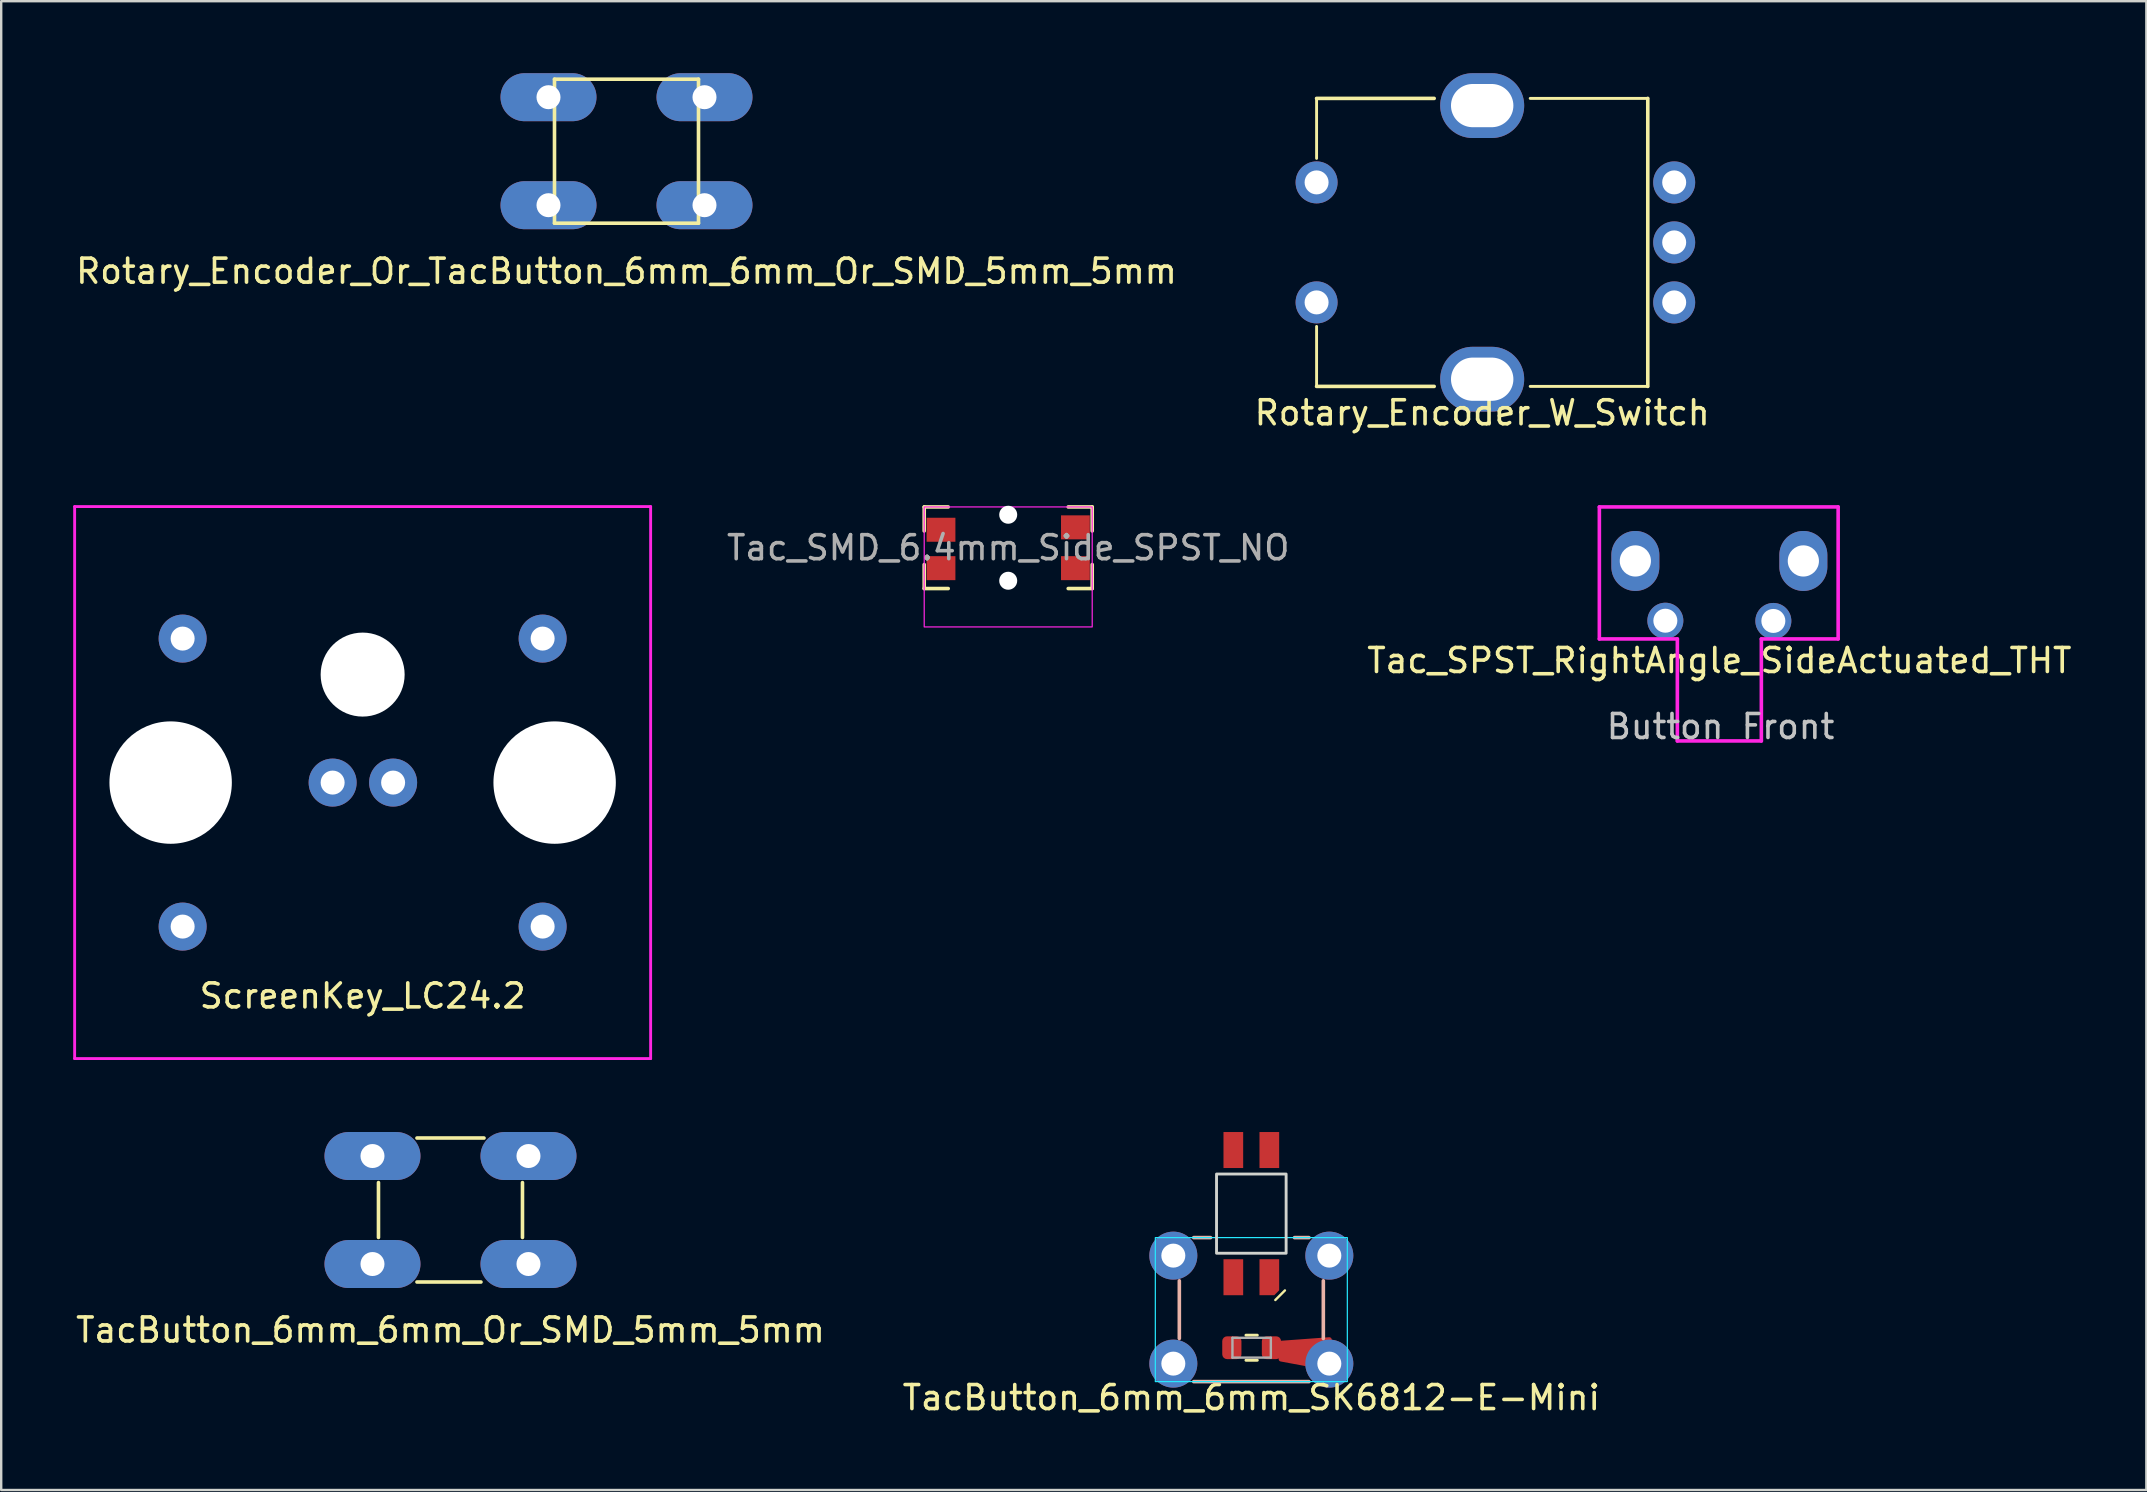
<source format=kicad_pcb>
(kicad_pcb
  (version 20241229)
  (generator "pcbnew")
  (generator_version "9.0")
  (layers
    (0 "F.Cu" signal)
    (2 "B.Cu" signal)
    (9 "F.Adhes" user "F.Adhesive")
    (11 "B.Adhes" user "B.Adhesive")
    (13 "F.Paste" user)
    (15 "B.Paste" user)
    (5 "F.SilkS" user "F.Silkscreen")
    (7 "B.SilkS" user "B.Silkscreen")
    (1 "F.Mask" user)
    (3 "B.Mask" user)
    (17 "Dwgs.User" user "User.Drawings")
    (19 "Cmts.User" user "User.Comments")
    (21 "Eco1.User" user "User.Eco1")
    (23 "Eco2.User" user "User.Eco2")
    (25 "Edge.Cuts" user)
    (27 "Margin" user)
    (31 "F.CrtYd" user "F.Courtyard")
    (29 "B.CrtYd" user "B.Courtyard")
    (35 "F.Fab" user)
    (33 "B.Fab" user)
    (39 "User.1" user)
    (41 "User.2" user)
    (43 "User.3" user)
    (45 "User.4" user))
  (footprint "TacButton_6mm_6mm_Or_SMD_5mm_5mm"
    (layer "F.Cu")
    (at 15.72 47.368)
    (property "Reference" "TacButton_6mm_6mm_Or_SMD_5mm_5mm" (at 0 5 0) (layer "F.SilkS") (effects (font (size 1 1) (thickness 0.15))))
    (attr through_hole)
    (fp_line (start -3 1.143) (end -3 -1.143) (stroke (width 0.15) (type solid)) (layer "F.SilkS"))
    (fp_line (start -1.397 -3) (end 1.397 -3) (stroke (width 0.15) (type solid)) (layer "F.SilkS"))
    (fp_line (start 1.27 3) (end -1.397 3) (stroke (width 0.15) (type solid)) (layer "F.SilkS"))
    (fp_line (start 3 -1.143) (end 3 1.143) (stroke (width 0.15) (type solid)) (layer "F.SilkS"))
    (pad "1" thru_hole oval (at -3.25 -2.25) (size 4 2) (drill 1) (layers "*.Cu" "*.Mask"))
    (pad "1" thru_hole oval (at 3.25 -2.25) (size 4 2) (drill 1) (layers "*.Cu" "*.Mask"))
    (pad "2" thru_hole oval (at -3.25 2.25) (size 4 2) (drill 1) (layers "*.Cu" "*.Mask"))
    (pad "2" thru_hole oval (at 3.25 2.25) (size 4 2) (drill 1) (layers "*.Cu" "*.Mask")))
  (footprint "Rotary_Encoder_Or_TacButton_6mm_6mm_Or_SMD_5mm_5mm"
    (layer "F.Cu")
    (at 23.054 3.25)
    (property "Reference" "Rotary_Encoder_Or_TacButton_6mm_6mm_Or_SMD_5mm_5mm" (at 0 5 0) (layer "F.SilkS") (effects (font (size 1 1) (thickness 0.15))))
    (attr through_hole)
    (fp_line (start -3 -3) (end 3 -3) (stroke (width 0.15) (type solid)) (layer "F.SilkS"))
    (fp_line (start -3 3) (end -3 -3) (stroke (width 0.15) (type solid)) (layer "F.SilkS"))
    (fp_line (start 3 -3) (end 3 3) (stroke (width 0.15) (type solid)) (layer "F.SilkS"))
    (fp_line (start 3 3) (end -3 3) (stroke (width 0.15) (type solid)) (layer "F.SilkS"))
    (pad "1" thru_hole oval (at -3.25 -2.25) (size 4 2) (drill 1) (layers "*.Cu" "*.Mask"))
    (pad "2" thru_hole oval (at -3.25 2.25) (size 4 2) (drill 1) (layers "*.Cu" "*.Mask"))
    (pad "3" thru_hole oval (at 3.25 2.25) (size 4 2) (drill 1) (layers "*.Cu" "*.Mask"))
    (pad "4" thru_hole oval (at 3.25 -2.25) (size 4 2) (drill 1) (layers "*.Cu" "*.Mask")))
  (footprint "Tac_SPST_RightAngle_SideActuated_THT"
    (layer "F.Cu")
    (at 68.59 21.573)
    (property "Reference" "Tac_SPST_RightAngle_SideActuated_THT" (at 0 2.9 0) (layer "F.SilkS") (effects (font (size 1 1) (thickness 0.15))))
    (attr through_hole)
    (fp_line (start -5 -3.5) (end 4.95 -3.5) (stroke (width 0.15) (type solid)) (layer "F.CrtYd"))
    (fp_line (start -5 2) (end -5 -3.5) (stroke (width 0.15) (type solid)) (layer "F.CrtYd"))
    (fp_line (start -1.75 2) (end -5 2) (stroke (width 0.15) (type solid)) (layer "F.CrtYd"))
    (fp_line (start -1.75 6.25) (end -1.75 2) (stroke (width 0.15) (type solid)) (layer "F.CrtYd"))
    (fp_line (start -1.75 6.25) (end 1.75 6.25) (stroke (width 0.15) (type solid)) (layer "F.CrtYd"))
    (fp_line (start 1.75 6.25) (end 1.75 2) (stroke (width 0.15) (type solid)) (layer "F.CrtYd"))
    (fp_line (start 4.95 -3.5) (end 4.95 2) (stroke (width 0.15) (type solid)) (layer "F.CrtYd"))
    (fp_line (start 4.95 2) (end 1.75 2) (stroke (width 0.15) (type solid)) (layer "F.CrtYd"))
    (fp_text user "Button Front" (at 0.05 5.65 0) (layer "Dwgs.User") (effects (font (size 1 1) (thickness 0.15))))
    (pad "" thru_hole oval (at -3.5 -1.25) (size 2 2.5) (drill 1.3) (layers "*.Cu" "*.Mask"))
    (pad "" thru_hole oval (at 3.5 -1.25) (size 2 2.5) (drill 1.3) (layers "*.Cu" "*.Mask"))
    (pad "1" thru_hole oval (at -2.25 1.24) (size 1.5 1.5) (drill 1) (layers "*.Cu" "*.Mask"))
    (pad "2" thru_hole oval (at 2.25 1.25) (size 1.5 1.5) (drill 1) (layers "*.Cu" "*.Mask")))
  (footprint "ScreenKey_LC24.2"
    (layer "F.Cu")
    (at 12.06 29.558)
    (property "Reference" "ScreenKey_LC24.2" (at 0 8.89 0) (layer "F.SilkS") (effects (font (size 1 1) (thickness 0.15))))
    (attr through_hole)
    (fp_line (start -12 -11.5) (end 12 -11.5) (stroke (width 0.12) (type solid)) (layer "F.CrtYd"))
    (fp_line (start -12 11.5) (end -12 -11.5) (stroke (width 0.12) (type solid)) (layer "F.CrtYd"))
    (fp_line (start 12 -11.5) (end 12 11.5) (stroke (width 0.12) (type solid)) (layer "F.CrtYd"))
    (fp_line (start 12 11.5) (end -12 11.5) (stroke (width 0.12) (type solid)) (layer "F.CrtYd"))
    (pad "" np_thru_hole circle (at -8 0) (size 5.1 5.1) (drill 5.1) (layers "*.Cu" "*.Mask"))
    (pad "" np_thru_hole circle (at 0 -4.5) (size 3.5 3.5) (drill 3.5) (layers "*.Cu" "*.Mask"))
    (pad "" np_thru_hole circle (at 8 0) (size 5.1 5.1) (drill 5.1) (layers "*.Cu" "*.Mask"))
    (pad "1" thru_hole circle (at 7.5 -6) (size 2 2) (drill 1) (layers "*.Cu" "*.Mask"))
    (pad "2" thru_hole circle (at 7.5 6) (size 2 2) (drill 1) (layers "*.Cu" "*.Mask"))
    (pad "3" thru_hole circle (at -7.5 -6) (size 2 2) (drill 1) (layers "*.Cu" "*.Mask"))
    (pad "4" thru_hole circle (at -7.5 6) (size 2 2) (drill 1) (layers "*.Cu" "*.Mask"))
    (pad "5" thru_hole circle (at 1.27 0) (size 2 2) (drill 1) (layers "*.Cu" "*.Mask"))
    (pad "6" thru_hole circle (at -1.25 0) (size 2 2) (drill 1) (layers "*.Cu" "*.Mask")))
  (footprint "TacButton_6mm_6mm_SK6812-E-Mini"
    (layer "F.Cu")
    (at 49.089 51.518)
    (property "Reference" "TacButton_6mm_6mm_SK6812-E-Mini" (at 0 3.667 0) (layer "F.SilkS") (effects (font (size 1 1) (thickness 0.15))))
    (attr allow_soldermask_bridges)
    (fp_poly (pts (xy 3.25 1.25) (xy 1.2 1.4) (xy 1.238 2.062) (xy 2.25 2.25)) (stroke (width 0.2) (type solid)) (fill yes) (layer "F.Cu"))
    (fp_line (start -0.225 1.065) (end 0.25 1.065) (stroke (width 0.12) (type solid)) (layer "F.SilkS"))
    (fp_line (start -0.225 2.11) (end 0.25 2.11) (stroke (width 0.12) (type solid)) (layer "F.SilkS"))
    (fp_line (start 1 -0.4) (end 1.4 -0.8) (stroke (width 0.1) (type default)) (layer "F.SilkS"))
    (fp_line (start -3 1.2) (end -3 -1.2) (stroke (width 0.15) (type solid)) (layer "B.SilkS"))
    (fp_line (start -2.4 -3) (end -1.7 -3) (stroke (width 0.15) (type solid)) (layer "B.SilkS"))
    (fp_line (start 1.8 -3) (end 2.4 -3) (stroke (width 0.15) (type solid)) (layer "B.SilkS"))
    (fp_line (start 2.4 3) (end -2.4 3) (stroke (width 0.15) (type solid)) (layer "B.SilkS"))
    (fp_line (start 3 -1.2) (end 3 1.2) (stroke (width 0.15) (type solid)) (layer "B.SilkS"))
    (fp_rect (start -1.45 -5.65) (end 1.45 -2.35) (stroke (width 0.12) (type solid)) (fill no) (layer "Edge.Cuts"))
    (fp_rect (start -4 -3) (end 4 3) (stroke (width 0.05) (type default)) (fill no) (layer "B.CrtYd"))
    (fp_line (start -0.787 1.175) (end 0.813 1.175) (stroke (width 0.1) (type solid)) (layer "F.Fab"))
    (fp_line (start -0.787 2) (end -0.787 1.175) (stroke (width 0.1) (type solid)) (layer "F.Fab"))
    (fp_line (start 0.813 1.175) (end 0.813 2) (stroke (width 0.1) (type solid)) (layer "F.Fab"))
    (fp_line (start 0.813 2) (end -0.787 2) (stroke (width 0.1) (type solid)) (layer "F.Fab"))
    (pad "" thru_hole circle (at -3.25 2.25) (size 2 2) (drill 1) (layers "*.Cu" "*.Mask"))
    (pad "" smd roundrect (at 0.838 1.587) (size 0.8 0.95) (layers "F.Cu" "F.Mask" "F.Paste") (roundrect_rratio 0.25))
    (pad "" thru_hole circle (at 3.25 2.25) (size 2 2) (drill 1) (layers "*.Cu" "*.Mask"))
    (pad "1" smd rect (at -0.75 -6.65 90) (size 1.5 0.82) (layers "F.Cu" "F.Mask" "F.Paste"))
    (pad "2" smd rect (at 0.75 -6.65 90) (size 1.5 0.82) (layers "F.Cu" "F.Mask" "F.Paste"))
    (pad "3" smd roundrect (at 0.75 -1.35 90) (size 1.5 0.82) (layers "F.Cu" "F.Mask" "F.Paste") (roundrect_rratio 0) (chamfer_ratio 0.25) (chamfer bottom_left))
    (pad "4" smd rect (at -0.75 -1.35 90) (size 1.5 0.82) (layers "F.Cu" "F.Mask" "F.Paste"))
    (pad "5" thru_hole circle (at -3.25 -2.25) (size 2 2) (drill 1) (layers "*.Cu" "*.Mask"))
    (pad "5" thru_hole circle (at 3.25 -2.25) (size 2 2) (drill 1) (layers "*.Cu" "*.Mask"))
    (pad "6" smd roundrect (at -0.812 1.587) (size 0.8 0.95) (layers "F.Cu" "F.Mask" "F.Paste") (roundrect_rratio 0.25)))
  (footprint "Rotary_Encoder_W_Switch"
    (layer "F.Cu")
    (at 58.708 7.05)
    (property "Reference" "Rotary_Encoder_W_Switch" (at 0 7.1 0) (layer "F.SilkS") (effects (font (size 1 1) (thickness 0.15))))
    (attr through_hole)
    (fp_line (start -6.9 -6) (end -6.9 -3.5) (stroke (width 0.12) (type solid)) (layer "F.SilkS"))
    (fp_line (start -6.9 -6) (end -2 -6) (stroke (width 0.15) (type solid)) (layer "F.SilkS"))
    (fp_line (start -6.9 6) (end -6.9 3.5) (stroke (width 0.12) (type solid)) (layer "F.SilkS"))
    (fp_line (start -2 6) (end -6.9 6) (stroke (width 0.15) (type solid)) (layer "F.SilkS"))
    (fp_line (start 6.9 -6) (end 2 -6) (stroke (width 0.12) (type solid)) (layer "F.SilkS"))
    (fp_line (start 6.9 -6) (end 6.9 6) (stroke (width 0.15) (type solid)) (layer "F.SilkS"))
    (fp_line (start 6.9 6) (end 2 6) (stroke (width 0.12) (type solid)) (layer "F.SilkS"))
    (pad "1" thru_hole circle (at -6.9 -2.5) (size 1.75 1.75) (drill 1) (layers "*.Cu" "*.Mask"))
    (pad "2" thru_hole circle (at -6.9 2.5) (size 1.75 1.75) (drill 1) (layers "*.Cu" "*.Mask"))
    (pad "3" thru_hole circle (at 8 2.5) (size 1.75 1.75) (drill 1) (layers "*.Cu" "*.Mask"))
    (pad "4" thru_hole circle (at 8 0) (size 1.75 1.75) (drill 1) (layers "*.Cu" "*.Mask"))
    (pad "5" thru_hole circle (at 8 -2.5) (size 1.75 1.75) (drill 1) (layers "*.Cu" "*.Mask"))
    (pad "6" thru_hole oval (at 0 -5.7) (size 3.5 2.7) (drill oval 2.6 1.8) (layers "*.Cu" "*.Mask"))
    (pad "6" thru_hole oval (at 0 5.7) (size 3.5 2.7) (drill oval 2.6 1.8) (layers "*.Cu" "*.Mask")))
  (footprint "Tac_SMD_6.4mm_Side_SPST_NO"
    (layer "F.Cu")
    (at 38.959 19.773)
    (property "Reference" "Tac_SMD_6.4mm_Side_SPST_NO" (at 0 0 0) (layer "F.Fab") (effects (font (size 1 1) (thickness 0.15))))
    (attr smd)
    (fp_line (start -3.5 -1.7) (end -2.5 -1.7) (stroke (width 0.15) (type solid)) (layer "F.SilkS"))
    (fp_line (start -3.5 -0.7) (end -3.5 -1.7) (stroke (width 0.15) (type solid)) (layer "F.SilkS"))
    (fp_line (start -3.5 1.7) (end -3.5 0.7) (stroke (width 0.15) (type solid)) (layer "F.SilkS"))
    (fp_line (start -2.5 1.7) (end -3.5 1.7) (stroke (width 0.15) (type solid)) (layer "F.SilkS"))
    (fp_line (start 2.5 -1.7) (end 3.5 -1.7) (stroke (width 0.15) (type solid)) (layer "F.SilkS"))
    (fp_line (start 3.5 -1.7) (end 3.5 -0.7) (stroke (width 0.15) (type solid)) (layer "F.SilkS"))
    (fp_line (start 3.5 0.7) (end 3.5 1.7) (stroke (width 0.15) (type solid)) (layer "F.SilkS"))
    (fp_line (start 3.5 1.7) (end 2.5 1.7) (stroke (width 0.15) (type solid)) (layer "F.SilkS"))
    (fp_line (start -1.3 1.75) (end -1.3 2.75) (stroke (width 0.15) (type solid)) (layer "Eco1.User"))
    (fp_line (start -1.3 2.5) (end 1.3 2.5) (stroke (width 0.15) (type solid)) (layer "Eco1.User"))
    (fp_line (start -1.3 2.75) (end 1.3 2.75) (stroke (width 0.15) (type solid)) (layer "Eco1.User"))
    (fp_line (start 1.3 2.75) (end 1.3 1.75) (stroke (width 0.15) (type solid)) (layer "Eco1.User"))
    (fp_rect (start -3.5 -1.7) (end 3.5 3.3) (stroke (width 0.05) (type default)) (fill no) (layer "F.CrtYd"))
    (pad "" np_thru_hole circle (at 0 -1.375) (size 0.75 0.75) (drill 0.75) (layers "*.Cu" "*.Mask"))
    (pad "" np_thru_hole circle (at 0 1.375) (size 0.75 0.75) (drill 0.75) (layers "*.Cu" "*.Mask"))
    (pad "1" smd rect (at -2.8 -0.75) (size 1.2 1) (layers "F.Cu" "F.Mask" "F.Paste"))
    (pad "1" smd rect (at 2.8 -0.85) (size 1.2 1) (layers "F.Cu" "F.Mask" "F.Paste"))
    (pad "2" smd rect (at -2.8 0.85) (size 1.2 1) (layers "F.Cu" "F.Mask" "F.Paste"))
    (pad "2" smd rect (at 2.8 0.85) (size 1.2 1) (layers "F.Cu" "F.Mask" "F.Paste")))
  (gr_rect
    (start -3 -3)
    (end 86.382 59.033)
    (stroke (width 0.1) (type default))
    (fill no)
    (layer "Edge.Cuts")))
</source>
